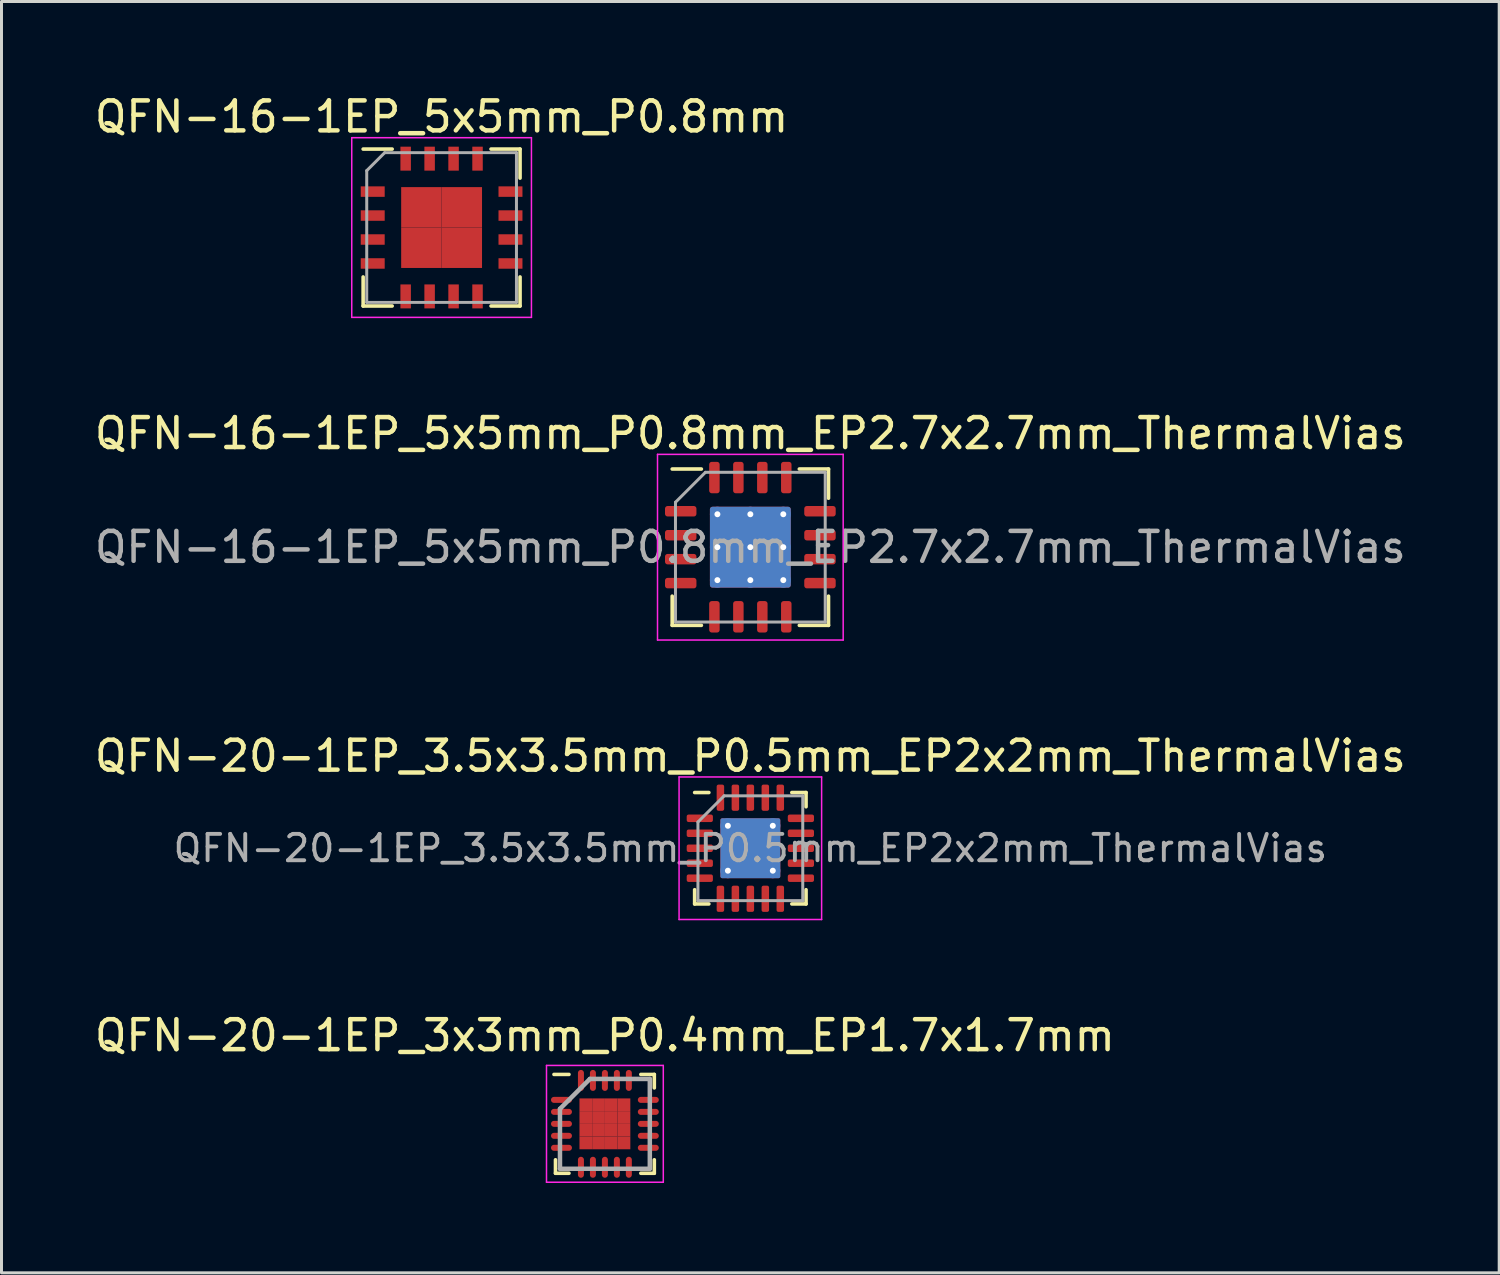
<source format=kicad_pcb>
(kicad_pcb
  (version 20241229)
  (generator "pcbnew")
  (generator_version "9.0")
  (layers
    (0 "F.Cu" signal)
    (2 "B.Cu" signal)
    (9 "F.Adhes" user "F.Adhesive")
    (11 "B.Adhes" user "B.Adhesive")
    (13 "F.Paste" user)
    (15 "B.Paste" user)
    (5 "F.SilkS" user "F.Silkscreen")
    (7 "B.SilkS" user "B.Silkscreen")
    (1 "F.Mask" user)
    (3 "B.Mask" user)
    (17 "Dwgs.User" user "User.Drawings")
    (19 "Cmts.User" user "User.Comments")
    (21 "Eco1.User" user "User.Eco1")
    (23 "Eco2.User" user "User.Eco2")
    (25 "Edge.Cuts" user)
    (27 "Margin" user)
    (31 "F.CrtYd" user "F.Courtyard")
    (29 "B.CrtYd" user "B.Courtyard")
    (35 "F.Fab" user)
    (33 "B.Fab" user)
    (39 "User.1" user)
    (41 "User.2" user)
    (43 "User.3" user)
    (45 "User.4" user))
  (footprint "QFN-16-1EP_5x5mm_P0.8mm"
    (layer "F.Cu")
    (at 11.696 4.548)
    (property "Reference" "QFN-16-1EP_5x5mm_P0.8mm" (at 0 -3.7 0) (layer "F.SilkS") (effects (font (size 1 1) (thickness 0.15))))
    (attr smd)
    (fp_line (start -2.62 -2.62) (end -1.65 -2.62) (stroke (width 0.12) (type solid)) (layer "F.SilkS"))
    (fp_line (start -2.62 2.62) (end -2.62 1.65) (stroke (width 0.12) (type solid)) (layer "F.SilkS"))
    (fp_line (start -2.62 2.62) (end -1.65 2.62) (stroke (width 0.12) (type solid)) (layer "F.SilkS"))
    (fp_line (start 2.62 -2.62) (end 1.65 -2.62) (stroke (width 0.12) (type solid)) (layer "F.SilkS"))
    (fp_line (start 2.62 -2.62) (end 2.62 -1.65) (stroke (width 0.12) (type solid)) (layer "F.SilkS"))
    (fp_line (start 2.62 2.62) (end 1.65 2.62) (stroke (width 0.12) (type solid)) (layer "F.SilkS"))
    (fp_line (start 2.62 2.62) (end 2.62 1.65) (stroke (width 0.12) (type solid)) (layer "F.SilkS"))
    (fp_line (start -3 -3) (end -3 3) (stroke (width 0.05) (type solid)) (layer "F.CrtYd"))
    (fp_line (start -3 -3) (end 3 -3) (stroke (width 0.05) (type solid)) (layer "F.CrtYd"))
    (fp_line (start -3 3) (end 3 3) (stroke (width 0.05) (type solid)) (layer "F.CrtYd"))
    (fp_line (start 3 -3) (end 3 3) (stroke (width 0.05) (type solid)) (layer "F.CrtYd"))
    (fp_line (start -2.5 -1.9) (end -1.9 -2.5) (stroke (width 0.1) (type solid)) (layer "F.Fab"))
    (fp_line (start -2.5 2.5) (end -2.5 -1.9) (stroke (width 0.1) (type solid)) (layer "F.Fab"))
    (fp_line (start -1.9 -2.5) (end 2.5 -2.5) (stroke (width 0.1) (type solid)) (layer "F.Fab"))
    (fp_line (start 2.5 -2.5) (end 2.5 2.5) (stroke (width 0.1) (type solid)) (layer "F.Fab"))
    (fp_line (start 2.5 2.5) (end -2.5 2.5) (stroke (width 0.1) (type solid)) (layer "F.Fab"))
    (pad "1" smd rect (at -2.3 -1.2) (size 0.8 0.35) (layers "F.Cu" "F.Mask" "F.Paste"))
    (pad "2" smd rect (at -2.3 -0.4) (size 0.8 0.35) (layers "F.Cu" "F.Mask" "F.Paste"))
    (pad "3" smd rect (at -2.3 0.4) (size 0.8 0.35) (layers "F.Cu" "F.Mask" "F.Paste"))
    (pad "4" smd rect (at -2.3 1.2) (size 0.8 0.35) (layers "F.Cu" "F.Mask" "F.Paste"))
    (pad "5" smd rect (at -1.2 2.3 90) (size 0.8 0.35) (layers "F.Cu" "F.Mask" "F.Paste"))
    (pad "6" smd rect (at -0.4 2.3 90) (size 0.8 0.35) (layers "F.Cu" "F.Mask" "F.Paste"))
    (pad "7" smd rect (at 0.4 2.3 90) (size 0.8 0.35) (layers "F.Cu" "F.Mask" "F.Paste"))
    (pad "8" smd rect (at 1.2 2.3 90) (size 0.8 0.35) (layers "F.Cu" "F.Mask" "F.Paste"))
    (pad "9" smd rect (at 2.3 1.2) (size 0.8 0.35) (layers "F.Cu" "F.Mask" "F.Paste"))
    (pad "10" smd rect (at 2.3 0.4) (size 0.8 0.35) (layers "F.Cu" "F.Mask" "F.Paste"))
    (pad "11" smd rect (at 2.3 -0.4) (size 0.8 0.35) (layers "F.Cu" "F.Mask" "F.Paste"))
    (pad "12" smd rect (at 2.3 -1.2) (size 0.8 0.35) (layers "F.Cu" "F.Mask" "F.Paste"))
    (pad "13" smd rect (at 1.2 -2.3 90) (size 0.8 0.35) (layers "F.Cu" "F.Mask" "F.Paste"))
    (pad "14" smd rect (at 0.4 -2.3 90) (size 0.8 0.35) (layers "F.Cu" "F.Mask" "F.Paste"))
    (pad "15" smd rect (at -0.4 -2.3 90) (size 0.8 0.35) (layers "F.Cu" "F.Mask" "F.Paste"))
    (pad "16" smd rect (at -1.2 -2.3 90) (size 0.8 0.35) (layers "F.Cu" "F.Mask" "F.Paste"))
    (pad "17" smd rect (at -0.675 -0.675) (size 1.35 1.35) (layers "F.Cu" "F.Mask" "F.Paste"))
    (pad "17" smd rect (at -0.675 0.675) (size 1.35 1.35) (layers "F.Cu" "F.Mask" "F.Paste"))
    (pad "17" smd rect (at 0.675 -0.675) (size 1.35 1.35) (layers "F.Cu" "F.Mask" "F.Paste"))
    (pad "17" smd rect (at 0.675 0.675) (size 1.35 1.35) (layers "F.Cu" "F.Mask" "F.Paste")))
  (footprint "QFN-20-1EP_3.5x3.5mm_P0.5mm_EP2x2mm_ThermalVias"
    (layer "F.Cu")
    (at 22.006 25.275)
    (property "Reference" "QFN-20-1EP_3.5x3.5mm_P0.5mm_EP2x2mm_ThermalVias" (at 0 -3.08 0) (layer "F.SilkS") (effects (font (size 1 1) (thickness 0.15))))
    (attr smd)
    (fp_line (start -1.86 1.86) (end -1.86 1.385) (stroke (width 0.12) (type solid)) (layer "F.SilkS"))
    (fp_line (start -1.385 -1.86) (end -1.86 -1.86) (stroke (width 0.12) (type solid)) (layer "F.SilkS"))
    (fp_line (start -1.385 1.86) (end -1.86 1.86) (stroke (width 0.12) (type solid)) (layer "F.SilkS"))
    (fp_line (start 1.385 -1.86) (end 1.86 -1.86) (stroke (width 0.12) (type solid)) (layer "F.SilkS"))
    (fp_line (start 1.385 1.86) (end 1.86 1.86) (stroke (width 0.12) (type solid)) (layer "F.SilkS"))
    (fp_line (start 1.86 -1.86) (end 1.86 -1.385) (stroke (width 0.12) (type solid)) (layer "F.SilkS"))
    (fp_line (start 1.86 1.86) (end 1.86 1.385) (stroke (width 0.12) (type solid)) (layer "F.SilkS"))
    (fp_line (start -2.38 -2.38) (end -2.38 2.38) (stroke (width 0.05) (type solid)) (layer "F.CrtYd"))
    (fp_line (start -2.38 2.38) (end 2.38 2.38) (stroke (width 0.05) (type solid)) (layer "F.CrtYd"))
    (fp_line (start 2.38 -2.38) (end -2.38 -2.38) (stroke (width 0.05) (type solid)) (layer "F.CrtYd"))
    (fp_line (start 2.38 2.38) (end 2.38 -2.38) (stroke (width 0.05) (type solid)) (layer "F.CrtYd"))
    (fp_line (start -1.75 -0.875) (end -0.875 -1.75) (stroke (width 0.1) (type solid)) (layer "F.Fab"))
    (fp_line (start -1.75 1.75) (end -1.75 -0.875) (stroke (width 0.1) (type solid)) (layer "F.Fab"))
    (fp_line (start -0.875 -1.75) (end 1.75 -1.75) (stroke (width 0.1) (type solid)) (layer "F.Fab"))
    (fp_line (start 1.75 -1.75) (end 1.75 1.75) (stroke (width 0.1) (type solid)) (layer "F.Fab"))
    (fp_line (start 1.75 1.75) (end -1.75 1.75) (stroke (width 0.1) (type solid)) (layer "F.Fab"))
    (fp_text user "${REFERENCE}" (at 0 0 0) (layer "F.Fab") (effects (font (size 0.88 0.88) (thickness 0.13))))
    (pad "" smd roundrect (at -0.5 -0.5) (size 0.87 0.87) (layers "F.Paste") (roundrect_rratio 0.25))
    (pad "" smd roundrect (at -0.5 0.5) (size 0.87 0.87) (layers "F.Paste") (roundrect_rratio 0.25))
    (pad "" smd roundrect (at 0.5 -0.5) (size 0.87 0.87) (layers "F.Paste") (roundrect_rratio 0.25))
    (pad "" smd roundrect (at 0.5 0.5) (size 0.87 0.87) (layers "F.Paste") (roundrect_rratio 0.25))
    (pad "1" smd roundrect (at -1.688 -1) (size 0.875 0.25) (layers "F.Cu" "F.Mask" "F.Paste") (roundrect_rratio 0.25))
    (pad "2" smd roundrect (at -1.688 -0.5) (size 0.875 0.25) (layers "F.Cu" "F.Mask" "F.Paste") (roundrect_rratio 0.25))
    (pad "3" smd roundrect (at -1.688 0) (size 0.875 0.25) (layers "F.Cu" "F.Mask" "F.Paste") (roundrect_rratio 0.25))
    (pad "4" smd roundrect (at -1.688 0.5) (size 0.875 0.25) (layers "F.Cu" "F.Mask" "F.Paste") (roundrect_rratio 0.25))
    (pad "5" smd roundrect (at -1.688 1) (size 0.875 0.25) (layers "F.Cu" "F.Mask" "F.Paste") (roundrect_rratio 0.25))
    (pad "6" smd roundrect (at -1 1.688) (size 0.25 0.875) (layers "F.Cu" "F.Mask" "F.Paste") (roundrect_rratio 0.25))
    (pad "7" smd roundrect (at -0.5 1.688) (size 0.25 0.875) (layers "F.Cu" "F.Mask" "F.Paste") (roundrect_rratio 0.25))
    (pad "8" smd roundrect (at 0 1.688) (size 0.25 0.875) (layers "F.Cu" "F.Mask" "F.Paste") (roundrect_rratio 0.25))
    (pad "9" smd roundrect (at 0.5 1.688) (size 0.25 0.875) (layers "F.Cu" "F.Mask" "F.Paste") (roundrect_rratio 0.25))
    (pad "10" smd roundrect (at 1 1.688) (size 0.25 0.875) (layers "F.Cu" "F.Mask" "F.Paste") (roundrect_rratio 0.25))
    (pad "11" smd roundrect (at 1.688 1) (size 0.875 0.25) (layers "F.Cu" "F.Mask" "F.Paste") (roundrect_rratio 0.25))
    (pad "12" smd roundrect (at 1.688 0.5) (size 0.875 0.25) (layers "F.Cu" "F.Mask" "F.Paste") (roundrect_rratio 0.25))
    (pad "13" smd roundrect (at 1.688 0) (size 0.875 0.25) (layers "F.Cu" "F.Mask" "F.Paste") (roundrect_rratio 0.25))
    (pad "14" smd roundrect (at 1.688 -0.5) (size 0.875 0.25) (layers "F.Cu" "F.Mask" "F.Paste") (roundrect_rratio 0.25))
    (pad "15" smd roundrect (at 1.688 -1) (size 0.875 0.25) (layers "F.Cu" "F.Mask" "F.Paste") (roundrect_rratio 0.25))
    (pad "16" smd roundrect (at 1 -1.688) (size 0.25 0.875) (layers "F.Cu" "F.Mask" "F.Paste") (roundrect_rratio 0.25))
    (pad "17" smd roundrect (at 0.5 -1.688) (size 0.25 0.875) (layers "F.Cu" "F.Mask" "F.Paste") (roundrect_rratio 0.25))
    (pad "18" smd roundrect (at 0 -1.688) (size 0.25 0.875) (layers "F.Cu" "F.Mask" "F.Paste") (roundrect_rratio 0.25))
    (pad "19" smd roundrect (at -0.5 -1.688) (size 0.25 0.875) (layers "F.Cu" "F.Mask" "F.Paste") (roundrect_rratio 0.25))
    (pad "20" smd roundrect (at -1 -1.688) (size 0.25 0.875) (layers "F.Cu" "F.Mask" "F.Paste") (roundrect_rratio 0.25))
    (pad "21" thru_hole circle (at -0.75 -0.75) (size 0.5 0.5) (drill 0.2) (layers "*.Cu"))
    (pad "21" thru_hole circle (at -0.75 0.75) (size 0.5 0.5) (drill 0.2) (layers "*.Cu"))
    (pad "21" smd roundrect (at 0 0) (size 2 2) (layers "F.Cu" "F.Mask") (roundrect_rratio 0.031))
    (pad "21" smd roundrect (at 0 0) (size 2 2) (layers "B.Cu") (roundrect_rratio 0.031))
    (pad "21" thru_hole circle (at 0.75 -0.75) (size 0.5 0.5) (drill 0.2) (layers "*.Cu"))
    (pad "21" thru_hole circle (at 0.75 0.75) (size 0.5 0.5) (drill 0.2) (layers "*.Cu")))
  (footprint "QFN-20-1EP_3x3mm_P0.4mm_EP1.7x1.7mm"
    (layer "F.Cu")
    (at 17.149 34.478)
    (property "Reference" "QFN-20-1EP_3x3mm_P0.4mm_EP1.7x1.7mm" (at 0 -2.95 0) (layer "F.SilkS") (effects (font (size 1 1) (thickness 0.15))))
    (attr smd)
    (fp_line (start -1.65 1.65) (end -1.65 1.2) (stroke (width 0.12) (type solid)) (layer "F.SilkS"))
    (fp_line (start -1.2 -1.65) (end -1.7 -1.65) (stroke (width 0.12) (type solid)) (layer "F.SilkS"))
    (fp_line (start -1.2 1.65) (end -1.65 1.65) (stroke (width 0.12) (type solid)) (layer "F.SilkS"))
    (fp_line (start 1.2 -1.65) (end 1.65 -1.65) (stroke (width 0.12) (type solid)) (layer "F.SilkS"))
    (fp_line (start 1.2 1.65) (end 1.65 1.65) (stroke (width 0.12) (type solid)) (layer "F.SilkS"))
    (fp_line (start 1.65 -1.65) (end 1.65 -1.2) (stroke (width 0.12) (type solid)) (layer "F.SilkS"))
    (fp_line (start 1.65 1.65) (end 1.65 1.2) (stroke (width 0.12) (type solid)) (layer "F.SilkS"))
    (fp_line (start -1.95 -1.95) (end 1.95 -1.95) (stroke (width 0.05) (type solid)) (layer "F.CrtYd"))
    (fp_line (start -1.95 1.95) (end -1.95 -1.95) (stroke (width 0.05) (type solid)) (layer "F.CrtYd"))
    (fp_line (start 1.95 -1.95) (end 1.95 1.95) (stroke (width 0.05) (type solid)) (layer "F.CrtYd"))
    (fp_line (start 1.95 1.95) (end -1.95 1.95) (stroke (width 0.05) (type solid)) (layer "F.CrtYd"))
    (fp_line (start -1.5 -0.5) (end -1.5 1.5) (stroke (width 0.15) (type solid)) (layer "F.Fab"))
    (fp_line (start -1.5 1.5) (end 1.5 1.5) (stroke (width 0.15) (type solid)) (layer "F.Fab"))
    (fp_line (start -0.5 -1.5) (end -1.5 -0.5) (stroke (width 0.15) (type solid)) (layer "F.Fab"))
    (fp_line (start 1.5 -1.5) (end -0.5 -1.5) (stroke (width 0.15) (type solid)) (layer "F.Fab"))
    (fp_line (start 1.5 1.5) (end 1.5 -1.5) (stroke (width 0.15) (type solid)) (layer "F.Fab"))
    (pad "1" smd oval (at -1.45 -0.8 90) (size 0.2 0.7) (layers "F.Cu" "F.Mask" "F.Paste"))
    (pad "2" smd oval (at -1.45 -0.4 90) (size 0.2 0.7) (layers "F.Cu" "F.Mask" "F.Paste"))
    (pad "3" smd oval (at -1.45 0 90) (size 0.2 0.7) (layers "F.Cu" "F.Mask" "F.Paste"))
    (pad "4" smd oval (at -1.45 0.4 90) (size 0.2 0.7) (layers "F.Cu" "F.Mask" "F.Paste"))
    (pad "5" smd oval (at -1.45 0.8 90) (size 0.2 0.7) (layers "F.Cu" "F.Mask" "F.Paste"))
    (pad "6" smd oval (at -0.8 1.45) (size 0.2 0.7) (layers "F.Cu" "F.Mask" "F.Paste"))
    (pad "7" smd oval (at -0.4 1.45) (size 0.2 0.7) (layers "F.Cu" "F.Mask" "F.Paste"))
    (pad "8" smd oval (at 0 1.45) (size 0.2 0.7) (layers "F.Cu" "F.Mask" "F.Paste"))
    (pad "9" smd oval (at 0.4 1.45) (size 0.2 0.7) (layers "F.Cu" "F.Mask" "F.Paste"))
    (pad "10" smd oval (at 0.8 1.45) (size 0.2 0.7) (layers "F.Cu" "F.Mask" "F.Paste"))
    (pad "11" smd oval (at 1.45 0.8 90) (size 0.2 0.7) (layers "F.Cu" "F.Mask" "F.Paste"))
    (pad "12" smd oval (at 1.45 0.4 90) (size 0.2 0.7) (layers "F.Cu" "F.Mask" "F.Paste"))
    (pad "13" smd oval (at 1.45 0 90) (size 0.2 0.7) (layers "F.Cu" "F.Mask" "F.Paste"))
    (pad "14" smd oval (at 1.45 -0.4 90) (size 0.2 0.7) (layers "F.Cu" "F.Mask" "F.Paste"))
    (pad "15" smd oval (at 1.45 -0.8 90) (size 0.2 0.7) (layers "F.Cu" "F.Mask" "F.Paste"))
    (pad "16" smd oval (at 0.8 -1.45) (size 0.2 0.7) (layers "F.Cu" "F.Mask" "F.Paste"))
    (pad "17" smd oval (at 0.4 -1.45) (size 0.2 0.7) (layers "F.Cu" "F.Mask" "F.Paste"))
    (pad "18" smd oval (at 0 -1.45) (size 0.2 0.7) (layers "F.Cu" "F.Mask" "F.Paste"))
    (pad "19" smd oval (at -0.4 -1.45) (size 0.2 0.7) (layers "F.Cu" "F.Mask" "F.Paste"))
    (pad "20" smd oval (at -0.8 -1.45) (size 0.2 0.7) (layers "F.Cu" "F.Mask" "F.Paste"))
    (pad "21" smd rect (at -0.637 -0.637) (size 0.425 0.425) (layers "F.Cu" "F.Mask" "F.Paste"))
    (pad "21" smd rect (at -0.637 -0.212) (size 0.425 0.425) (layers "F.Cu" "F.Mask" "F.Paste"))
    (pad "21" smd rect (at -0.637 0.212) (size 0.425 0.425) (layers "F.Cu" "F.Mask" "F.Paste"))
    (pad "21" smd rect (at -0.637 0.637) (size 0.425 0.425) (layers "F.Cu" "F.Mask" "F.Paste"))
    (pad "21" smd rect (at -0.212 -0.637) (size 0.425 0.425) (layers "F.Cu" "F.Mask" "F.Paste"))
    (pad "21" smd rect (at -0.212 -0.212) (size 0.425 0.425) (layers "F.Cu" "F.Mask" "F.Paste"))
    (pad "21" smd rect (at -0.212 0.212) (size 0.425 0.425) (layers "F.Cu" "F.Mask" "F.Paste"))
    (pad "21" smd rect (at -0.212 0.637) (size 0.425 0.425) (layers "F.Cu" "F.Mask" "F.Paste"))
    (pad "21" smd rect (at 0.212 -0.637) (size 0.425 0.425) (layers "F.Cu" "F.Mask" "F.Paste"))
    (pad "21" smd rect (at 0.212 -0.212) (size 0.425 0.425) (layers "F.Cu" "F.Mask" "F.Paste"))
    (pad "21" smd rect (at 0.212 0.212) (size 0.425 0.425) (layers "F.Cu" "F.Mask" "F.Paste"))
    (pad "21" smd rect (at 0.212 0.637) (size 0.425 0.425) (layers "F.Cu" "F.Mask" "F.Paste"))
    (pad "21" smd rect (at 0.637 -0.637) (size 0.425 0.425) (layers "F.Cu" "F.Mask" "F.Paste"))
    (pad "21" smd rect (at 0.637 -0.212) (size 0.425 0.425) (layers "F.Cu" "F.Mask" "F.Paste"))
    (pad "21" smd rect (at 0.637 0.212) (size 0.425 0.425) (layers "F.Cu" "F.Mask" "F.Paste"))
    (pad "21" smd rect (at 0.637 0.637) (size 0.425 0.425) (layers "F.Cu" "F.Mask" "F.Paste")))
  (footprint "QFN-16-1EP_5x5mm_P0.8mm_EP2.7x2.7mm_ThermalVias"
    (layer "F.Cu")
    (at 22.006 15.222)
    (property "Reference" "QFN-16-1EP_5x5mm_P0.8mm_EP2.7x2.7mm_ThermalVias" (at 0 -3.8 0) (layer "F.SilkS") (effects (font (size 1 1) (thickness 0.15))))
    (attr smd)
    (fp_line (start -2.61 2.61) (end -2.61 1.635) (stroke (width 0.12) (type solid)) (layer "F.SilkS"))
    (fp_line (start -1.635 -2.61) (end -2.61 -2.61) (stroke (width 0.12) (type solid)) (layer "F.SilkS"))
    (fp_line (start -1.635 2.61) (end -2.61 2.61) (stroke (width 0.12) (type solid)) (layer "F.SilkS"))
    (fp_line (start 1.635 -2.61) (end 2.61 -2.61) (stroke (width 0.12) (type solid)) (layer "F.SilkS"))
    (fp_line (start 1.635 2.61) (end 2.61 2.61) (stroke (width 0.12) (type solid)) (layer "F.SilkS"))
    (fp_line (start 2.61 -2.61) (end 2.61 -1.635) (stroke (width 0.12) (type solid)) (layer "F.SilkS"))
    (fp_line (start 2.61 2.61) (end 2.61 1.635) (stroke (width 0.12) (type solid)) (layer "F.SilkS"))
    (fp_line (start -3.1 -3.1) (end -3.1 3.1) (stroke (width 0.05) (type solid)) (layer "F.CrtYd"))
    (fp_line (start -3.1 3.1) (end 3.1 3.1) (stroke (width 0.05) (type solid)) (layer "F.CrtYd"))
    (fp_line (start 3.1 -3.1) (end -3.1 -3.1) (stroke (width 0.05) (type solid)) (layer "F.CrtYd"))
    (fp_line (start 3.1 3.1) (end 3.1 -3.1) (stroke (width 0.05) (type solid)) (layer "F.CrtYd"))
    (fp_line (start -2.5 -1.5) (end -1.5 -2.5) (stroke (width 0.1) (type solid)) (layer "F.Fab"))
    (fp_line (start -2.5 2.5) (end -2.5 -1.5) (stroke (width 0.1) (type solid)) (layer "F.Fab"))
    (fp_line (start -1.5 -2.5) (end 2.5 -2.5) (stroke (width 0.1) (type solid)) (layer "F.Fab"))
    (fp_line (start 2.5 -2.5) (end 2.5 2.5) (stroke (width 0.1) (type solid)) (layer "F.Fab"))
    (fp_line (start 2.5 2.5) (end -2.5 2.5) (stroke (width 0.1) (type solid)) (layer "F.Fab"))
    (fp_text user "${REFERENCE}" (at 0 0 0) (layer "F.Fab") (effects (font (size 1 1) (thickness 0.15))))
    (pad "" smd roundrect (at -0.675 -0.675) (size 1.17 1.17) (layers "F.Paste") (roundrect_rratio 0.214))
    (pad "" smd roundrect (at -0.675 0.675) (size 1.17 1.17) (layers "F.Paste") (roundrect_rratio 0.214))
    (pad "" smd roundrect (at 0.675 -0.675) (size 1.17 1.17) (layers "F.Paste") (roundrect_rratio 0.214))
    (pad "" smd roundrect (at 0.675 0.675) (size 1.17 1.17) (layers "F.Paste") (roundrect_rratio 0.214))
    (pad "1" smd roundrect (at -2.325 -1.2) (size 1.05 0.35) (layers "F.Cu" "F.Mask" "F.Paste") (roundrect_rratio 0.25))
    (pad "2" smd roundrect (at -2.325 -0.4) (size 1.05 0.35) (layers "F.Cu" "F.Mask" "F.Paste") (roundrect_rratio 0.25))
    (pad "3" smd roundrect (at -2.325 0.4) (size 1.05 0.35) (layers "F.Cu" "F.Mask" "F.Paste") (roundrect_rratio 0.25))
    (pad "4" smd roundrect (at -2.325 1.2) (size 1.05 0.35) (layers "F.Cu" "F.Mask" "F.Paste") (roundrect_rratio 0.25))
    (pad "5" smd roundrect (at -1.2 2.325) (size 0.35 1.05) (layers "F.Cu" "F.Mask" "F.Paste") (roundrect_rratio 0.25))
    (pad "6" smd roundrect (at -0.4 2.325) (size 0.35 1.05) (layers "F.Cu" "F.Mask" "F.Paste") (roundrect_rratio 0.25))
    (pad "7" smd roundrect (at 0.4 2.325) (size 0.35 1.05) (layers "F.Cu" "F.Mask" "F.Paste") (roundrect_rratio 0.25))
    (pad "8" smd roundrect (at 1.2 2.325) (size 0.35 1.05) (layers "F.Cu" "F.Mask" "F.Paste") (roundrect_rratio 0.25))
    (pad "9" smd roundrect (at 2.325 1.2) (size 1.05 0.35) (layers "F.Cu" "F.Mask" "F.Paste") (roundrect_rratio 0.25))
    (pad "10" smd roundrect (at 2.325 0.4) (size 1.05 0.35) (layers "F.Cu" "F.Mask" "F.Paste") (roundrect_rratio 0.25))
    (pad "11" smd roundrect (at 2.325 -0.4) (size 1.05 0.35) (layers "F.Cu" "F.Mask" "F.Paste") (roundrect_rratio 0.25))
    (pad "12" smd roundrect (at 2.325 -1.2) (size 1.05 0.35) (layers "F.Cu" "F.Mask" "F.Paste") (roundrect_rratio 0.25))
    (pad "13" smd roundrect (at 1.2 -2.325) (size 0.35 1.05) (layers "F.Cu" "F.Mask" "F.Paste") (roundrect_rratio 0.25))
    (pad "14" smd roundrect (at 0.4 -2.325) (size 0.35 1.05) (layers "F.Cu" "F.Mask" "F.Paste") (roundrect_rratio 0.25))
    (pad "15" smd roundrect (at -0.4 -2.325) (size 0.35 1.05) (layers "F.Cu" "F.Mask" "F.Paste") (roundrect_rratio 0.25))
    (pad "16" smd roundrect (at -1.2 -2.325) (size 0.35 1.05) (layers "F.Cu" "F.Mask" "F.Paste") (roundrect_rratio 0.25))
    (pad "17" thru_hole circle (at -1.1 -1.1) (size 0.5 0.5) (drill 0.2) (layers "*.Cu"))
    (pad "17" thru_hole circle (at -1.1 0) (size 0.5 0.5) (drill 0.2) (layers "*.Cu"))
    (pad "17" thru_hole circle (at -1.1 1.1) (size 0.5 0.5) (drill 0.2) (layers "*.Cu"))
    (pad "17" thru_hole circle (at 0 -1.1) (size 0.5 0.5) (drill 0.2) (layers "*.Cu"))
    (pad "17" thru_hole circle (at 0 0) (size 0.5 0.5) (drill 0.2) (layers "*.Cu"))
    (pad "17" smd roundrect (at 0 0) (size 2.7 2.7) (layers "F.Cu" "F.Mask") (roundrect_rratio 0.032))
    (pad "17" smd roundrect (at 0 0) (size 2.7 2.7) (layers "B.Cu") (roundrect_rratio 0.032))
    (pad "17" thru_hole circle (at 0 1.1) (size 0.5 0.5) (drill 0.2) (layers "*.Cu"))
    (pad "17" thru_hole circle (at 1.1 -1.1) (size 0.5 0.5) (drill 0.2) (layers "*.Cu"))
    (pad "17" thru_hole circle (at 1.1 0) (size 0.5 0.5) (drill 0.2) (layers "*.Cu"))
    (pad "17" thru_hole circle (at 1.1 1.1) (size 0.5 0.5) (drill 0.2) (layers "*.Cu")))
  (gr_rect
    (start -3 -3)
    (end 47.012 39.453)
    (stroke (width 0.1) (type default))
    (fill no)
    (layer "Edge.Cuts")))
</source>
